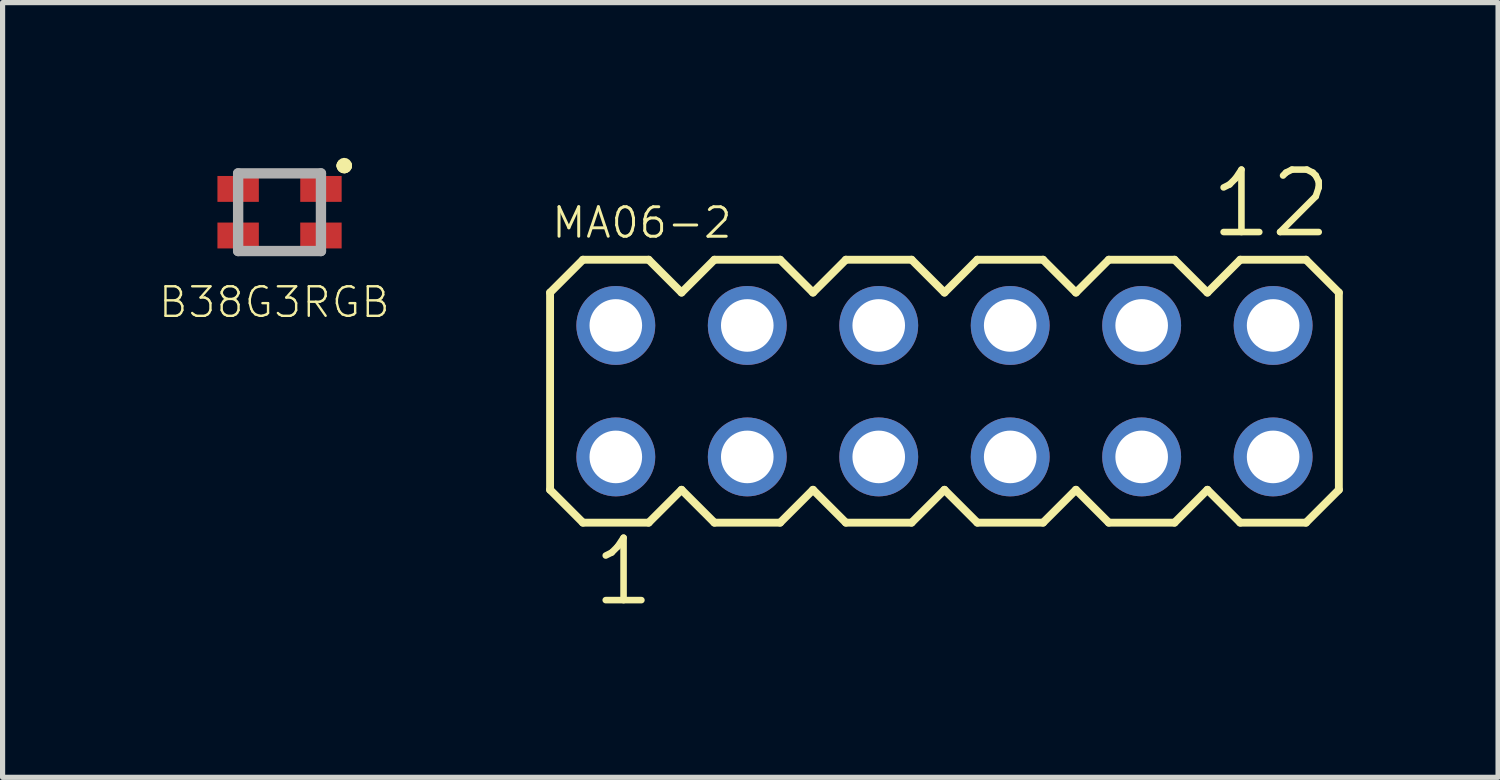
<source format=kicad_pcb>
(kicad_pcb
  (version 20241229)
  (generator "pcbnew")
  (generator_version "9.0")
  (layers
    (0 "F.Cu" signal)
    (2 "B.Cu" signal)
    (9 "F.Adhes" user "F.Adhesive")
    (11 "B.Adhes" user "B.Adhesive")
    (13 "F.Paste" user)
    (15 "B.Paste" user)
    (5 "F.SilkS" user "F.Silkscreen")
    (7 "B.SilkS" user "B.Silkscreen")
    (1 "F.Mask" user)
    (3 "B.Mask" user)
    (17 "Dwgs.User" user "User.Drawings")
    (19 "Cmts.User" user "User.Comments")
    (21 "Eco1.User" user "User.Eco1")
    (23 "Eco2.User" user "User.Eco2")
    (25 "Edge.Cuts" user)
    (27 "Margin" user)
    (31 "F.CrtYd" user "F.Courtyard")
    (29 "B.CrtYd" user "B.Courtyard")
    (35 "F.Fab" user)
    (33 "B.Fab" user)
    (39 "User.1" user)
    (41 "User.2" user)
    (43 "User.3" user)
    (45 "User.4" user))
  (footprint "MA06-2"
    (layer "F.Cu")
    (at 15.198 4.508)
    (property "Reference" "MA06-2" (at -7.62 -2.921 0) (layer "F.SilkS") (effects (font (size 0.57 0.57) (thickness 0.057)) (justify left bottom)))
    (attr through_hole)
    (fp_line (start -7.62 -1.905) (end -7.62 1.905) (stroke (width 0.152) (type solid)) (layer "F.SilkS"))
    (fp_line (start -7.62 1.905) (end -6.985 2.54) (stroke (width 0.152) (type solid)) (layer "F.SilkS"))
    (fp_line (start -6.985 -2.54) (end -7.62 -1.905) (stroke (width 0.152) (type solid)) (layer "F.SilkS"))
    (fp_line (start -6.985 -2.54) (end -5.715 -2.54) (stroke (width 0.152) (type solid)) (layer "F.SilkS"))
    (fp_line (start -5.715 -2.54) (end -5.08 -1.905) (stroke (width 0.152) (type solid)) (layer "F.SilkS"))
    (fp_line (start -5.715 2.54) (end -6.985 2.54) (stroke (width 0.152) (type solid)) (layer "F.SilkS"))
    (fp_line (start -5.08 -1.905) (end -4.445 -2.54) (stroke (width 0.152) (type solid)) (layer "F.SilkS"))
    (fp_line (start -5.08 1.905) (end -5.715 2.54) (stroke (width 0.152) (type solid)) (layer "F.SilkS"))
    (fp_line (start -4.445 -2.54) (end -3.175 -2.54) (stroke (width 0.152) (type solid)) (layer "F.SilkS"))
    (fp_line (start -4.445 2.54) (end -5.08 1.905) (stroke (width 0.152) (type solid)) (layer "F.SilkS"))
    (fp_line (start -3.175 -2.54) (end -2.54 -1.905) (stroke (width 0.152) (type solid)) (layer "F.SilkS"))
    (fp_line (start -3.175 2.54) (end -4.445 2.54) (stroke (width 0.152) (type solid)) (layer "F.SilkS"))
    (fp_line (start -2.54 -1.905) (end -1.905 -2.54) (stroke (width 0.152) (type solid)) (layer "F.SilkS"))
    (fp_line (start -2.54 1.905) (end -3.175 2.54) (stroke (width 0.152) (type solid)) (layer "F.SilkS"))
    (fp_line (start -1.905 -2.54) (end -0.635 -2.54) (stroke (width 0.152) (type solid)) (layer "F.SilkS"))
    (fp_line (start -1.905 2.54) (end -2.54 1.905) (stroke (width 0.152) (type solid)) (layer "F.SilkS"))
    (fp_line (start -0.635 -2.54) (end 0 -1.905) (stroke (width 0.152) (type solid)) (layer "F.SilkS"))
    (fp_line (start -0.635 2.54) (end -1.905 2.54) (stroke (width 0.152) (type solid)) (layer "F.SilkS"))
    (fp_line (start 0 1.905) (end -0.635 2.54) (stroke (width 0.152) (type solid)) (layer "F.SilkS"))
    (fp_line (start 0 1.905) (end 0.635 2.54) (stroke (width 0.152) (type solid)) (layer "F.SilkS"))
    (fp_line (start 0.635 -2.54) (end 0 -1.905) (stroke (width 0.152) (type solid)) (layer "F.SilkS"))
    (fp_line (start 0.635 -2.54) (end 1.905 -2.54) (stroke (width 0.152) (type solid)) (layer "F.SilkS"))
    (fp_line (start 1.905 -2.54) (end 2.54 -1.905) (stroke (width 0.152) (type solid)) (layer "F.SilkS"))
    (fp_line (start 1.905 2.54) (end 0.635 2.54) (stroke (width 0.152) (type solid)) (layer "F.SilkS"))
    (fp_line (start 2.54 -1.905) (end 3.175 -2.54) (stroke (width 0.152) (type solid)) (layer "F.SilkS"))
    (fp_line (start 2.54 1.905) (end 1.905 2.54) (stroke (width 0.152) (type solid)) (layer "F.SilkS"))
    (fp_line (start 3.175 -2.54) (end 4.445 -2.54) (stroke (width 0.152) (type solid)) (layer "F.SilkS"))
    (fp_line (start 3.175 2.54) (end 2.54 1.905) (stroke (width 0.152) (type solid)) (layer "F.SilkS"))
    (fp_line (start 4.445 -2.54) (end 5.08 -1.905) (stroke (width 0.152) (type solid)) (layer "F.SilkS"))
    (fp_line (start 4.445 2.54) (end 3.175 2.54) (stroke (width 0.152) (type solid)) (layer "F.SilkS"))
    (fp_line (start 5.08 -1.905) (end 5.715 -2.54) (stroke (width 0.152) (type solid)) (layer "F.SilkS"))
    (fp_line (start 5.08 1.905) (end 4.445 2.54) (stroke (width 0.152) (type solid)) (layer "F.SilkS"))
    (fp_line (start 5.715 -2.54) (end 6.985 -2.54) (stroke (width 0.152) (type solid)) (layer "F.SilkS"))
    (fp_line (start 5.715 2.54) (end 5.08 1.905) (stroke (width 0.152) (type solid)) (layer "F.SilkS"))
    (fp_line (start 6.985 -2.54) (end 7.62 -1.905) (stroke (width 0.152) (type solid)) (layer "F.SilkS"))
    (fp_line (start 6.985 2.54) (end 5.715 2.54) (stroke (width 0.152) (type solid)) (layer "F.SilkS"))
    (fp_line (start 7.62 -1.905) (end 7.62 1.905) (stroke (width 0.152) (type solid)) (layer "F.SilkS"))
    (fp_line (start 7.62 1.905) (end 6.985 2.54) (stroke (width 0.152) (type solid)) (layer "F.SilkS"))
    (fp_poly (pts (xy -6.604 -1.016) (xy -6.096 -1.016) (xy -6.096 -1.524) (xy -6.604 -1.524)) (stroke (width 0.1) (type solid)) (fill no) (layer "F.Fab"))
    (fp_poly (pts (xy -6.604 1.524) (xy -6.096 1.524) (xy -6.096 1.016) (xy -6.604 1.016)) (stroke (width 0.1) (type solid)) (fill no) (layer "F.Fab"))
    (fp_poly (pts (xy -4.064 -1.016) (xy -3.556 -1.016) (xy -3.556 -1.524) (xy -4.064 -1.524)) (stroke (width 0.1) (type solid)) (fill no) (layer "F.Fab"))
    (fp_poly (pts (xy -4.064 1.524) (xy -3.556 1.524) (xy -3.556 1.016) (xy -4.064 1.016)) (stroke (width 0.1) (type solid)) (fill no) (layer "F.Fab"))
    (fp_poly (pts (xy -1.524 -1.016) (xy -1.016 -1.016) (xy -1.016 -1.524) (xy -1.524 -1.524)) (stroke (width 0.1) (type solid)) (fill no) (layer "F.Fab"))
    (fp_poly (pts (xy -1.524 1.524) (xy -1.016 1.524) (xy -1.016 1.016) (xy -1.524 1.016)) (stroke (width 0.1) (type solid)) (fill no) (layer "F.Fab"))
    (fp_poly (pts (xy 1.016 -1.016) (xy 1.524 -1.016) (xy 1.524 -1.524) (xy 1.016 -1.524)) (stroke (width 0.1) (type solid)) (fill no) (layer "F.Fab"))
    (fp_poly (pts (xy 1.016 1.524) (xy 1.524 1.524) (xy 1.524 1.016) (xy 1.016 1.016)) (stroke (width 0.1) (type solid)) (fill no) (layer "F.Fab"))
    (fp_poly (pts (xy 3.556 -1.016) (xy 4.064 -1.016) (xy 4.064 -1.524) (xy 3.556 -1.524)) (stroke (width 0.1) (type solid)) (fill no) (layer "F.Fab"))
    (fp_poly (pts (xy 3.556 1.524) (xy 4.064 1.524) (xy 4.064 1.016) (xy 3.556 1.016)) (stroke (width 0.1) (type solid)) (fill no) (layer "F.Fab"))
    (fp_poly (pts (xy 6.096 -1.016) (xy 6.604 -1.016) (xy 6.604 -1.524) (xy 6.096 -1.524)) (stroke (width 0.1) (type solid)) (fill no) (layer "F.Fab"))
    (fp_poly (pts (xy 6.096 1.524) (xy 6.604 1.524) (xy 6.604 1.016) (xy 6.096 1.016)) (stroke (width 0.1) (type solid)) (fill no) (layer "F.Fab"))
    (fp_text user "1" (at -6.858 4.191 0) (layer "F.SilkS") (effects (font (size 1.206 1.206) (thickness 0.127)) (justify left bottom)))
    (fp_text user "12" (at 5.08 -2.921 0) (layer "F.SilkS") (effects (font (size 1.206 1.206) (thickness 0.127)) (justify left bottom)))
    (pad "1" thru_hole circle (at -6.35 1.27) (size 1.524 1.524) (drill 1.016) (layers "*.Cu" "*.Mask"))
    (pad "2" thru_hole circle (at -6.35 -1.27) (size 1.524 1.524) (drill 1.016) (layers "*.Cu" "*.Mask"))
    (pad "3" thru_hole circle (at -3.81 1.27) (size 1.524 1.524) (drill 1.016) (layers "*.Cu" "*.Mask"))
    (pad "4" thru_hole circle (at -3.81 -1.27) (size 1.524 1.524) (drill 1.016) (layers "*.Cu" "*.Mask"))
    (pad "5" thru_hole circle (at -1.27 1.27) (size 1.524 1.524) (drill 1.016) (layers "*.Cu" "*.Mask"))
    (pad "6" thru_hole circle (at -1.27 -1.27) (size 1.524 1.524) (drill 1.016) (layers "*.Cu" "*.Mask"))
    (pad "7" thru_hole circle (at 1.27 1.27) (size 1.524 1.524) (drill 1.016) (layers "*.Cu" "*.Mask"))
    (pad "8" thru_hole circle (at 1.27 -1.27) (size 1.524 1.524) (drill 1.016) (layers "*.Cu" "*.Mask"))
    (pad "9" thru_hole circle (at 3.81 1.27) (size 1.524 1.524) (drill 1.016) (layers "*.Cu" "*.Mask"))
    (pad "10" thru_hole circle (at 3.81 -1.27) (size 1.524 1.524) (drill 1.016) (layers "*.Cu" "*.Mask"))
    (pad "11" thru_hole circle (at 6.35 1.27) (size 1.524 1.524) (drill 1.016) (layers "*.Cu" "*.Mask"))
    (pad "12" thru_hole circle (at 6.35 -1.27) (size 1.524 1.524) (drill 1.016) (layers "*.Cu" "*.Mask")))
  (footprint "B38G3RGB"
    (layer "F.Cu")
    (at 2.351 1.05)
    (property "Reference" "B38G3RGB" (at -0.1 1.74 0) (layer "F.SilkS") (effects (font (size 0.57 0.57) (thickness 0.046))))
    (attr through_hole)
    (fp_arc (start 1.2 -0.9) (mid 1.25 -0.95) (end 1.3 -0.9) (stroke (width 0.2) (type solid)) (layer "F.SilkS"))
    (fp_arc (start 1.3 -0.9) (mid 1.25 -0.85) (end 1.2 -0.9) (stroke (width 0.2) (type solid)) (layer "F.SilkS"))
    (fp_arc (start 1.3 -0.9) (mid 1.25 -0.85) (end 1.2 -0.9) (stroke (width 0.2) (type solid)) (layer "F.SilkS"))
    (fp_line (start -0.8 -0.75) (end -0.8 0.75) (stroke (width 0.2) (type solid)) (layer "F.Fab"))
    (fp_line (start -0.8 0.75) (end 0.8 0.75) (stroke (width 0.2) (type solid)) (layer "F.Fab"))
    (fp_line (start 0.8 -0.75) (end -0.8 -0.75) (stroke (width 0.2) (type solid)) (layer "F.Fab"))
    (fp_line (start 0.8 0.75) (end 0.8 -0.75) (stroke (width 0.2) (type solid)) (layer "F.Fab"))
    (pad "1" smd rect (at 0.8 -0.45) (size 0.8 0.5) (layers "F.Cu" "F.Mask" "F.Paste"))
    (pad "2" smd rect (at 0.8 0.45) (size 0.8 0.5) (layers "F.Cu" "F.Mask" "F.Paste"))
    (pad "3" smd rect (at -0.8 0.45) (size 0.8 0.5) (layers "F.Cu" "F.Mask" "F.Paste"))
    (pad "4" smd rect (at -0.8 -0.45) (size 0.8 0.5) (layers "F.Cu" "F.Mask" "F.Paste")))
  (gr_rect
    (start -3 -3)
    (end 25.894 11.969)
    (stroke (width 0.1) (type default))
    (fill no)
    (layer "Edge.Cuts")))
</source>
